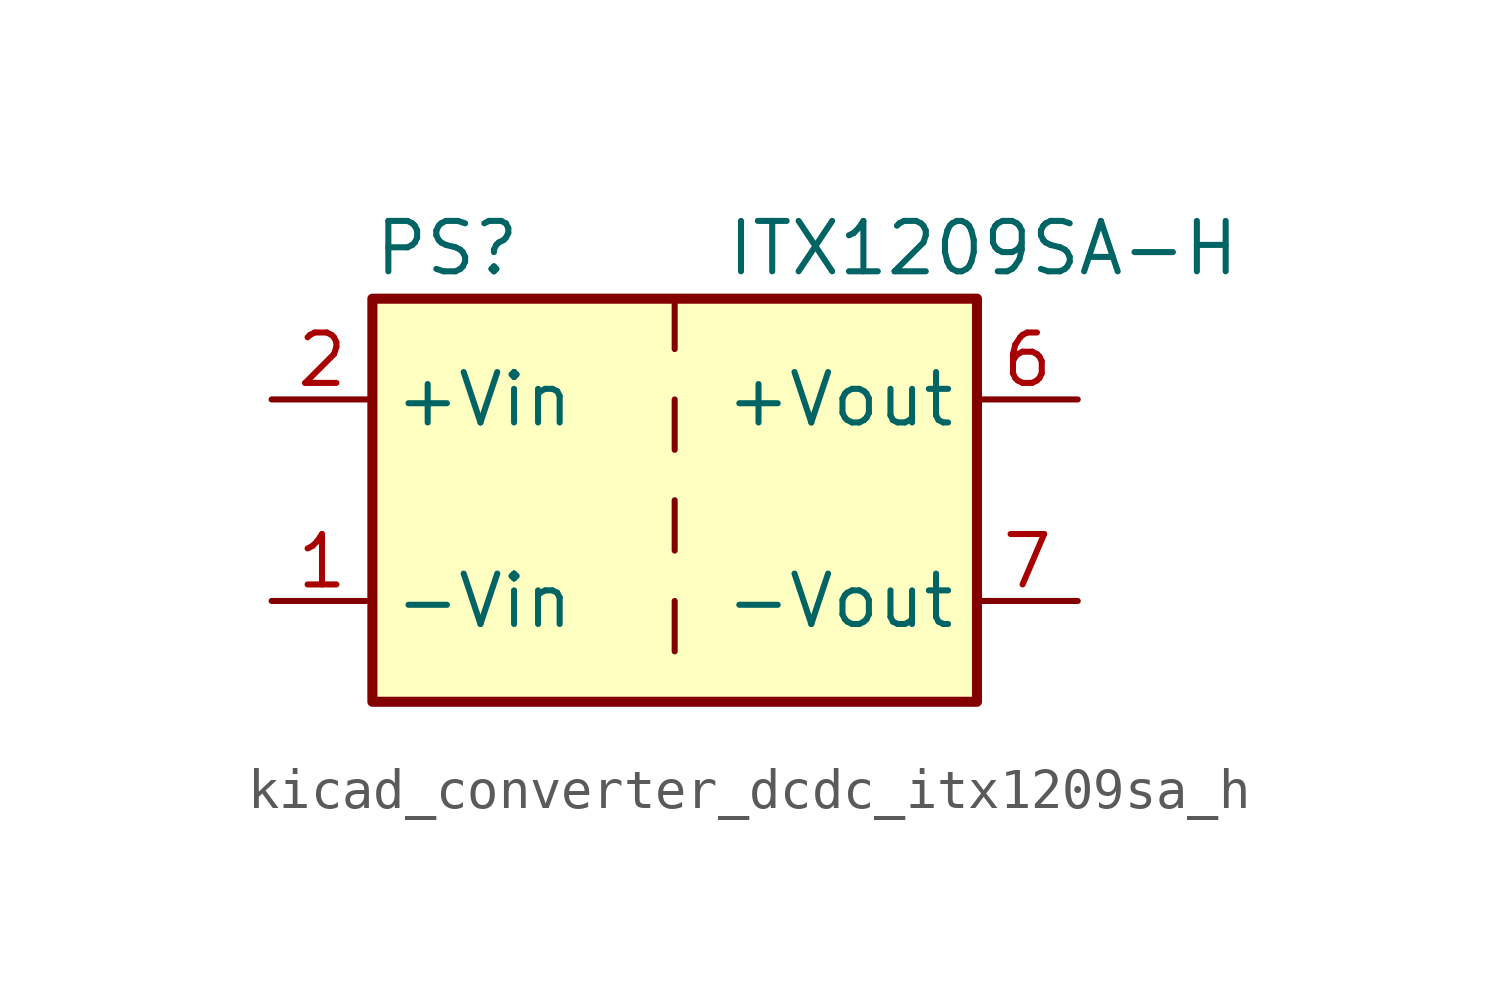
<source format=kicad_sym>
(kicad_symbol_lib
  (version 20220914)
  (generator kicad_symbol_editor)
  (symbol "kicad_converter_dcdc_itx1209sa_h"
    (property "Reference" "PS"
      (at -7.62 6.35 0)
      (effects (font (size 1.27 1.27)) (justify left)))
    (property "Value" "ITX1209SA-H"
      (at 1.27 6.35 0)
      (effects (font (size 1.27 1.27)) (justify left)))
    (symbol "kicad_converter_dcdc_itx1209sa_h_0_0"
      (pin power_in line (at -10.16 -2.54 0) (length 2.54) (name "-Vin" (effects (font (size 1.27 1.27)))) (number "1" (effects (font (size 1.27 1.27)))))
      (pin power_in line (at -10.16 2.54 0) (length 2.54) (name "+Vin" (effects (font (size 1.27 1.27)))) (number "2" (effects (font (size 1.27 1.27)))))
      (pin power_out line (at 10.16 2.54 180) (length 2.54) (name "+Vout" (effects (font (size 1.27 1.27)))) (number "6" (effects (font (size 1.27 1.27)))))
      (pin power_out line (at 10.16 -2.54 180) (length 2.54) (name "-Vout" (effects (font (size 1.27 1.27)))) (number "7" (effects (font (size 1.27 1.27)))))
      (pin no_connect line (at 7.62 0 180) (length 2.54) hide (name "NC" (effects (font (size 1.27 1.27)))) (number "8" (effects (font (size 1.27 1.27))))))
    (symbol "kicad_converter_dcdc_itx1209sa_h_0_1"
      (rectangle (start -7.62 5.08) (end 7.62 -5.08) (stroke (width 0.254) (type default)) (fill (type background)))
      (polyline (pts (xy 0 -2.54) (xy 0 -3.81)) (stroke (width 0) (type default)) (fill (type none)))
      (polyline (pts (xy 0 0) (xy 0 -1.27)) (stroke (width 0) (type default)) (fill (type none)))
      (polyline (pts (xy 0 2.54) (xy 0 1.27)) (stroke (width 0) (type default)) (fill (type none)))
      (polyline (pts (xy 0 5.08) (xy 0 3.81)) (stroke (width 0) (type default)) (fill (type none))))))
</source>
